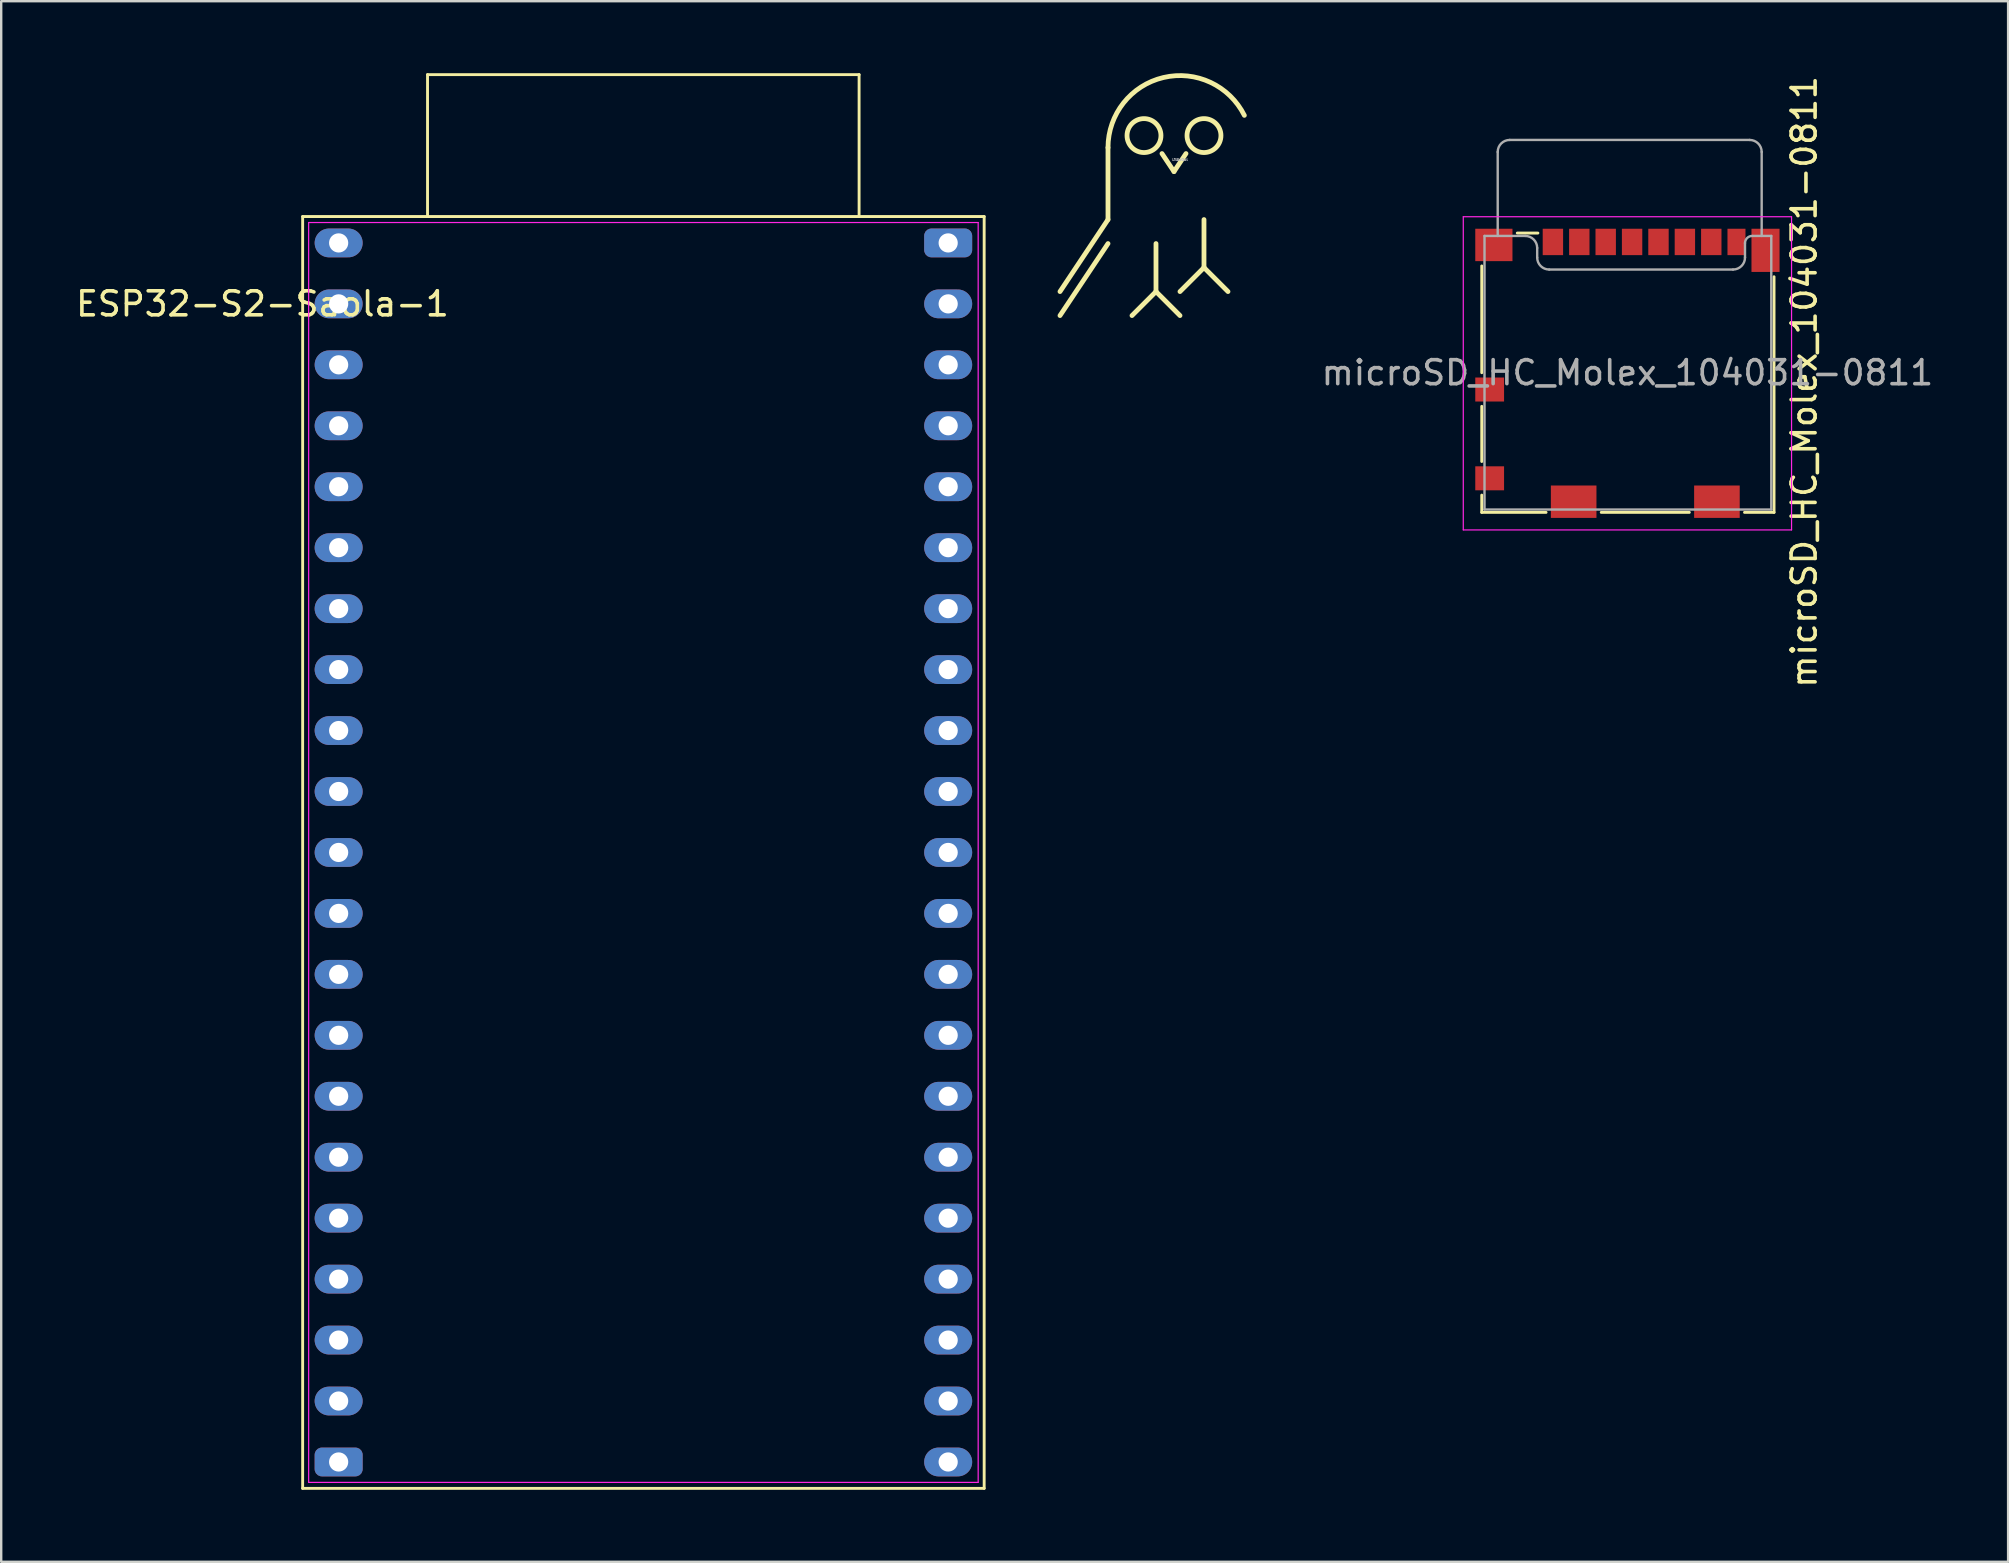
<source format=kicad_pcb>
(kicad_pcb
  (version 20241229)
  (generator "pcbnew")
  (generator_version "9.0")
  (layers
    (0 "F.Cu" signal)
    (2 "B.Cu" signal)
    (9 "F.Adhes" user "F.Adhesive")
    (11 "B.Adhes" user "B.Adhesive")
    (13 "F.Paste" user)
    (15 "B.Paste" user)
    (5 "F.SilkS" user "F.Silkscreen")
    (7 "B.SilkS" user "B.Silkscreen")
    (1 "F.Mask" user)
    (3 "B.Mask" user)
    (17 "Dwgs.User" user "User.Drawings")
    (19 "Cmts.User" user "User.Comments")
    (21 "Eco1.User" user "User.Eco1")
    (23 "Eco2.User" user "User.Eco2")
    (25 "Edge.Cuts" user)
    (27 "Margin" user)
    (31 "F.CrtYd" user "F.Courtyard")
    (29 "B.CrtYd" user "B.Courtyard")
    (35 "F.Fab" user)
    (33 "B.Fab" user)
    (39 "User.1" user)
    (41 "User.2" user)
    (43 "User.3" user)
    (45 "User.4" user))
  (footprint "microSD_HC_Molex_104031-0811"
    (layer "F.Cu")
    (at 64.767 12.482)
    (property "Reference" "microSD_HC_Molex_104031-0811" (at 7.366 0.381 270) (layer "F.SilkS") (effects (font (size 1 1) (thickness 0.15))))
    (attr smd)
    (fp_line (start -6.07 -4.45) (end -6.07 0) (stroke (width 0.12) (type solid)) (layer "F.SilkS"))
    (fp_line (start -6.07 1.4) (end -6.07 3.7) (stroke (width 0.12) (type solid)) (layer "F.SilkS"))
    (fp_line (start -6.07 5.1) (end -6.07 5.82) (stroke (width 0.12) (type solid)) (layer "F.SilkS"))
    (fp_line (start -6.07 5.82) (end -3.39 5.82) (stroke (width 0.12) (type solid)) (layer "F.SilkS"))
    (fp_line (start -4.59 -5.82) (end -3.73 -5.82) (stroke (width 0.12) (type solid)) (layer "F.SilkS"))
    (fp_line (start -1.09 5.82) (end 2.58 5.82) (stroke (width 0.12) (type solid)) (layer "F.SilkS"))
    (fp_line (start 4.88 5.82) (end 6.11 5.82) (stroke (width 0.12) (type solid)) (layer "F.SilkS"))
    (fp_line (start 6.11 5.82) (end 6.11 -4) (stroke (width 0.12) (type solid)) (layer "F.SilkS"))
    (fp_line (start -6.84 -6.5) (end 6.84 -6.5) (stroke (width 0.05) (type solid)) (layer "F.CrtYd"))
    (fp_line (start -6.84 6.55) (end -6.84 -6.5) (stroke (width 0.05) (type solid)) (layer "F.CrtYd"))
    (fp_line (start 6.84 -6.5) (end 6.84 6.55) (stroke (width 0.05) (type solid)) (layer "F.CrtYd"))
    (fp_line (start 6.84 6.55) (end -6.84 6.55) (stroke (width 0.05) (type solid)) (layer "F.CrtYd"))
    (fp_line (start -5.955 -5.7) (end -5.955 5.7) (stroke (width 0.1) (type solid)) (layer "F.Fab"))
    (fp_line (start -5.955 -5.7) (end -4.26 -5.7) (stroke (width 0.1) (type solid)) (layer "F.Fab"))
    (fp_line (start -5.405 -9.2) (end -5.405 -5.7) (stroke (width 0.1) (type solid)) (layer "F.Fab"))
    (fp_line (start -4.905 -9.7) (end 5.095 -9.7) (stroke (width 0.1) (type solid)) (layer "F.Fab"))
    (fp_line (start -3.76 -4.8) (end -3.76 -5.2) (stroke (width 0.1) (type solid)) (layer "F.Fab"))
    (fp_line (start 4.4 -4.3) (end -3.26 -4.3) (stroke (width 0.1) (type solid)) (layer "F.Fab"))
    (fp_line (start 4.9 -5.4) (end 4.9 -4.8) (stroke (width 0.1) (type solid)) (layer "F.Fab"))
    (fp_line (start 5.595 -5.7) (end 5.595 -9.2) (stroke (width 0.1) (type solid)) (layer "F.Fab"))
    (fp_line (start 5.995 -5.7) (end 5.21 -5.7) (stroke (width 0.1) (type solid)) (layer "F.Fab"))
    (fp_line (start 5.995 5.7) (end -5.955 5.7) (stroke (width 0.1) (type solid)) (layer "F.Fab"))
    (fp_line (start 5.995 5.7) (end 5.995 -5.7) (stroke (width 0.1) (type solid)) (layer "F.Fab"))
    (fp_arc (start -5.405 -9.2) (mid -5.258553 -9.553553) (end -4.905 -9.7) (stroke (width 0.1) (type solid)) (layer "F.Fab"))
    (fp_arc (start -4.26 -5.7) (mid -3.906447 -5.553553) (end -3.76 -5.2) (stroke (width 0.1) (type solid)) (layer "F.Fab"))
    (fp_arc (start -3.26 -4.3) (mid -3.613553 -4.446447) (end -3.76 -4.8) (stroke (width 0.1) (type solid)) (layer "F.Fab"))
    (fp_arc (start 4.9 -5.4) (mid 4.987868 -5.612132) (end 5.2 -5.7) (stroke (width 0.1) (type solid)) (layer "F.Fab"))
    (fp_arc (start 4.9 -4.8) (mid 4.753553 -4.446447) (end 4.4 -4.3) (stroke (width 0.1) (type solid)) (layer "F.Fab"))
    (fp_arc (start 5.095 -9.7) (mid 5.448553 -9.553553) (end 5.595 -9.2) (stroke (width 0.1) (type solid)) (layer "F.Fab"))
    (fp_text user "${REFERENCE}" (at 0 0 0) (layer "F.Fab") (effects (font (size 1 1) (thickness 0.15))))
    (pad "1" smd rect (at -3.105 -5.45) (size 0.85 1.1) (layers "F.Cu" "F.Mask" "F.Paste"))
    (pad "2" smd rect (at -2.005 -5.45) (size 0.85 1.1) (layers "F.Cu" "F.Mask" "F.Paste"))
    (pad "3" smd rect (at -0.905 -5.45) (size 0.85 1.1) (layers "F.Cu" "F.Mask" "F.Paste"))
    (pad "4" smd rect (at 0.195 -5.45) (size 0.85 1.1) (layers "F.Cu" "F.Mask" "F.Paste"))
    (pad "5" smd rect (at 1.295 -5.45) (size 0.85 1.1) (layers "F.Cu" "F.Mask" "F.Paste"))
    (pad "6" smd rect (at 2.395 -5.45) (size 0.85 1.1) (layers "F.Cu" "F.Mask" "F.Paste"))
    (pad "7" smd rect (at 3.495 -5.45) (size 0.85 1.1) (layers "F.Cu" "F.Mask" "F.Paste"))
    (pad "8" smd rect (at 4.545 -5.45) (size 0.75 1.1) (layers "F.Cu" "F.Mask" "F.Paste"))
    (pad "9" smd rect (at -5.74 0.7) (size 1.2 1) (layers "F.Cu" "F.Mask" "F.Paste"))
    (pad "10" smd rect (at -5.74 4.4) (size 1.2 1) (layers "F.Cu" "F.Mask" "F.Paste"))
    (pad "11" smd rect (at -5.565 -5.325) (size 1.55 1.35) (layers "F.Cu" "F.Mask" "F.Paste"))
    (pad "11" smd rect (at -2.24 5.375) (size 1.9 1.35) (layers "F.Cu" "F.Mask" "F.Paste"))
    (pad "11" smd rect (at 3.73 5.375) (size 1.9 1.35) (layers "F.Cu" "F.Mask" "F.Paste"))
    (pad "11" smd rect (at 5.755 -5.1) (size 1.17 1.8) (layers "F.Cu" "F.Mask" "F.Paste")))
  (footprint "LittleOwl"
    (layer "F.Cu")
    (at 46.122 3.1)
    (property "Reference" "LittleOwl" (at 0 0.5 180) (layer "Dwgs.User") (effects (font (size 0.1 0.1) (thickness 0.025))))
    (attr through_hole)
    (fp_line (start -3 0) (end -3 3) (stroke (width 0.2) (type solid)) (layer "F.SilkS"))
    (fp_line (start -3 3) (end -5 6) (stroke (width 0.2) (type solid)) (layer "F.SilkS"))
    (fp_line (start -3 4) (end -5 7) (stroke (width 0.2) (type solid)) (layer "F.SilkS"))
    (fp_line (start -1 4) (end -1 6) (stroke (width 0.2) (type solid)) (layer "F.SilkS"))
    (fp_line (start -1 6) (end -2 7) (stroke (width 0.2) (type solid)) (layer "F.SilkS"))
    (fp_line (start -1 6) (end 0 7) (stroke (width 0.2) (type solid)) (layer "F.SilkS"))
    (fp_line (start -0.75 0.25) (end -0.25 1) (stroke (width 0.2) (type solid)) (layer "F.SilkS"))
    (fp_line (start -0.25 1) (end 0.25 0.25) (stroke (width 0.2) (type solid)) (layer "F.SilkS"))
    (fp_line (start 1 3) (end 1 5) (stroke (width 0.2) (type solid)) (layer "F.SilkS"))
    (fp_line (start 1 5) (end 0 6) (stroke (width 0.2) (type solid)) (layer "F.SilkS"))
    (fp_line (start 1 5) (end 2 6) (stroke (width 0.2) (type solid)) (layer "F.SilkS"))
    (fp_arc (start -3 0) (mid -0.690149 -2.919537) (end 2.682463 -1.343277) (stroke (width 0.2) (type solid)) (layer "F.SilkS"))
    (fp_circle (center -1.5 -0.5) (end -0.793 -0.5) (stroke (width 0.2) (type solid)) (fill no) (layer "F.SilkS"))
    (fp_circle (center 1 -0.5) (end 1.707 -0.5) (stroke (width 0.2) (type solid)) (fill no) (layer "F.SilkS")))
  (footprint "ESP32-S2-Saola-1"
    (layer "F.Cu")
    (at 11.058 7.07)
    (property "Reference" "ESP32-S2-Saola-1" (at -3.171 2.543 0) (layer "F.SilkS") (effects (font (size 1 1) (thickness 0.15))))
    (attr through_hole)
    (fp_line (start -1.496 51.903) (end 26.904 51.903) (stroke (width 0.12) (type solid)) (layer "F.SilkS"))
    (fp_line (start -1.496 -1.097) (end -1.496 51.903) (stroke (width 0.12) (type solid)) (layer "F.SilkS"))
    (fp_line (start 3.708 -7.01) (end 21.692 -7.01) (stroke (width 0.12) (type solid)) (layer "F.SilkS"))
    (fp_line (start 3.708 -1.118) (end 3.708 -7.01) (stroke (width 0.12) (type solid)) (layer "F.SilkS"))
    (fp_line (start 21.692 -7.01) (end 21.692 -1.118) (stroke (width 0.12) (type solid)) (layer "F.SilkS"))
    (fp_line (start 26.904 51.903) (end 26.904 -1.097) (stroke (width 0.12) (type solid)) (layer "F.SilkS"))
    (fp_line (start 26.904 -1.097) (end -1.496 -1.097) (stroke (width 0.12) (type solid)) (layer "F.SilkS"))
    (fp_line (start -1.246 -0.847) (end 26.654 -0.847) (stroke (width 0.05) (type solid)) (layer "F.CrtYd"))
    (fp_line (start -1.246 51.653) (end -1.246 -0.847) (stroke (width 0.05) (type solid)) (layer "F.CrtYd"))
    (fp_line (start 26.654 -0.847) (end 26.654 51.653) (stroke (width 0.05) (type solid)) (layer "F.CrtYd"))
    (fp_line (start 26.654 51.653) (end -1.246 51.653) (stroke (width 0.05) (type solid)) (layer "F.CrtYd"))
    (pad "1" thru_hole oval (at 0.004 0.003 270) (size 1.2 2) (drill 0.8) (layers "*.Cu" "*.Mask"))
    (pad "2" thru_hole oval (at 0.004 2.543 270) (size 1.2 2) (drill 0.8) (layers "*.Cu" "*.Mask"))
    (pad "3" thru_hole oval (at 0.004 5.083 270) (size 1.2 2) (drill 0.8) (layers "*.Cu" "*.Mask"))
    (pad "4" thru_hole oval (at 0.004 7.623 270) (size 1.2 2) (drill 0.8) (layers "*.Cu" "*.Mask"))
    (pad "5" thru_hole oval (at 0.004 10.163 270) (size 1.2 2) (drill 0.8) (layers "*.Cu" "*.Mask"))
    (pad "6" thru_hole oval (at 0.004 12.703 270) (size 1.2 2) (drill 0.8) (layers "*.Cu" "*.Mask"))
    (pad "7" thru_hole oval (at 0.004 15.243 270) (size 1.2 2) (drill 0.8) (layers "*.Cu" "*.Mask"))
    (pad "8" thru_hole oval (at 0.004 17.783 270) (size 1.2 2) (drill 0.8) (layers "*.Cu" "*.Mask"))
    (pad "9" thru_hole oval (at 0.004 20.323 270) (size 1.2 2) (drill 0.8) (layers "*.Cu" "*.Mask"))
    (pad "10" thru_hole oval (at 0.004 22.863 270) (size 1.2 2) (drill 0.8) (layers "*.Cu" "*.Mask"))
    (pad "11" thru_hole oval (at 0.004 25.403 270) (size 1.2 2) (drill 0.8) (layers "*.Cu" "*.Mask"))
    (pad "12" thru_hole oval (at 0.004 27.943 270) (size 1.2 2) (drill 0.8) (layers "*.Cu" "*.Mask"))
    (pad "13" thru_hole oval (at 0.004 30.483 270) (size 1.2 2) (drill 0.8) (layers "*.Cu" "*.Mask"))
    (pad "14" thru_hole oval (at 0.004 33.023 270) (size 1.2 2) (drill 0.8) (layers "*.Cu" "*.Mask"))
    (pad "15" thru_hole oval (at 0.004 35.563 270) (size 1.2 2) (drill 0.8) (layers "*.Cu" "*.Mask"))
    (pad "16" thru_hole oval (at 0.004 38.103 270) (size 1.2 2) (drill 0.8) (layers "*.Cu" "*.Mask"))
    (pad "17" thru_hole oval (at 0.004 40.643 270) (size 1.2 2) (drill 0.8) (layers "*.Cu" "*.Mask"))
    (pad "18" thru_hole oval (at 0.004 43.183 270) (size 1.2 2) (drill 0.8) (layers "*.Cu" "*.Mask"))
    (pad "19" thru_hole oval (at 0.004 45.723 270) (size 1.2 2) (drill 0.8) (layers "*.Cu" "*.Mask"))
    (pad "20" thru_hole oval (at 0.004 48.263 270) (size 1.2 2) (drill 0.8) (layers "*.Cu" "*.Mask"))
    (pad "21" thru_hole roundrect (at 0.004 50.803 270) (size 1.2 2) (drill 0.8) (layers "*.Cu" "*.Mask") (roundrect_rratio 0.25))
    (pad "22" thru_hole oval (at 25.404 50.803 270) (size 1.2 2) (drill 0.8) (layers "*.Cu" "*.Mask"))
    (pad "23" thru_hole oval (at 25.404 48.263 270) (size 1.2 2) (drill 0.8) (layers "*.Cu" "*.Mask"))
    (pad "24" thru_hole oval (at 25.404 45.723 270) (size 1.2 2) (drill 0.8) (layers "*.Cu" "*.Mask"))
    (pad "25" thru_hole oval (at 25.404 43.183 270) (size 1.2 2) (drill 0.8) (layers "*.Cu" "*.Mask"))
    (pad "26" thru_hole oval (at 25.404 40.643 270) (size 1.2 2) (drill 0.8) (layers "*.Cu" "*.Mask"))
    (pad "27" thru_hole oval (at 25.404 38.103 270) (size 1.2 2) (drill 0.8) (layers "*.Cu" "*.Mask"))
    (pad "28" thru_hole oval (at 25.404 35.563 270) (size 1.2 2) (drill 0.8) (layers "*.Cu" "*.Mask"))
    (pad "29" thru_hole oval (at 25.404 33.023 270) (size 1.2 2) (drill 0.8) (layers "*.Cu" "*.Mask"))
    (pad "30" thru_hole oval (at 25.404 30.483 270) (size 1.2 2) (drill 0.8) (layers "*.Cu" "*.Mask"))
    (pad "31" thru_hole oval (at 25.404 27.943 270) (size 1.2 2) (drill 0.8) (layers "*.Cu" "*.Mask"))
    (pad "32" thru_hole oval (at 25.404 25.403 270) (size 1.2 2) (drill 0.8) (layers "*.Cu" "*.Mask"))
    (pad "33" thru_hole oval (at 25.404 22.863 270) (size 1.2 2) (drill 0.8) (layers "*.Cu" "*.Mask"))
    (pad "34" thru_hole oval (at 25.404 20.323 270) (size 1.2 2) (drill 0.8) (layers "*.Cu" "*.Mask"))
    (pad "35" thru_hole oval (at 25.404 17.783 270) (size 1.2 2) (drill 0.8) (layers "*.Cu" "*.Mask"))
    (pad "36" thru_hole oval (at 25.404 15.243 270) (size 1.2 2) (drill 0.8) (layers "*.Cu" "*.Mask"))
    (pad "37" thru_hole oval (at 25.404 12.703 270) (size 1.2 2) (drill 0.8) (layers "*.Cu" "*.Mask"))
    (pad "38" thru_hole oval (at 25.404 10.163 270) (size 1.2 2) (drill 0.8) (layers "*.Cu" "*.Mask"))
    (pad "39" thru_hole oval (at 25.404 7.623 270) (size 1.2 2) (drill 0.8) (layers "*.Cu" "*.Mask"))
    (pad "40" thru_hole oval (at 25.404 5.083 270) (size 1.2 2) (drill 0.8) (layers "*.Cu" "*.Mask"))
    (pad "41" thru_hole oval (at 25.404 2.543 270) (size 1.2 2) (drill 0.8) (layers "*.Cu" "*.Mask"))
    (pad "42" thru_hole roundrect (at 25.404 0.003 270) (size 1.2 2) (drill 0.8) (layers "*.Cu" "*.Mask") (roundrect_rratio 0.25)))
  (gr_rect
    (start -3 -3)
    (end 80.631 62.033)
    (stroke (width 0.1) (type default))
    (fill no)
    (layer "Edge.Cuts")))
</source>
